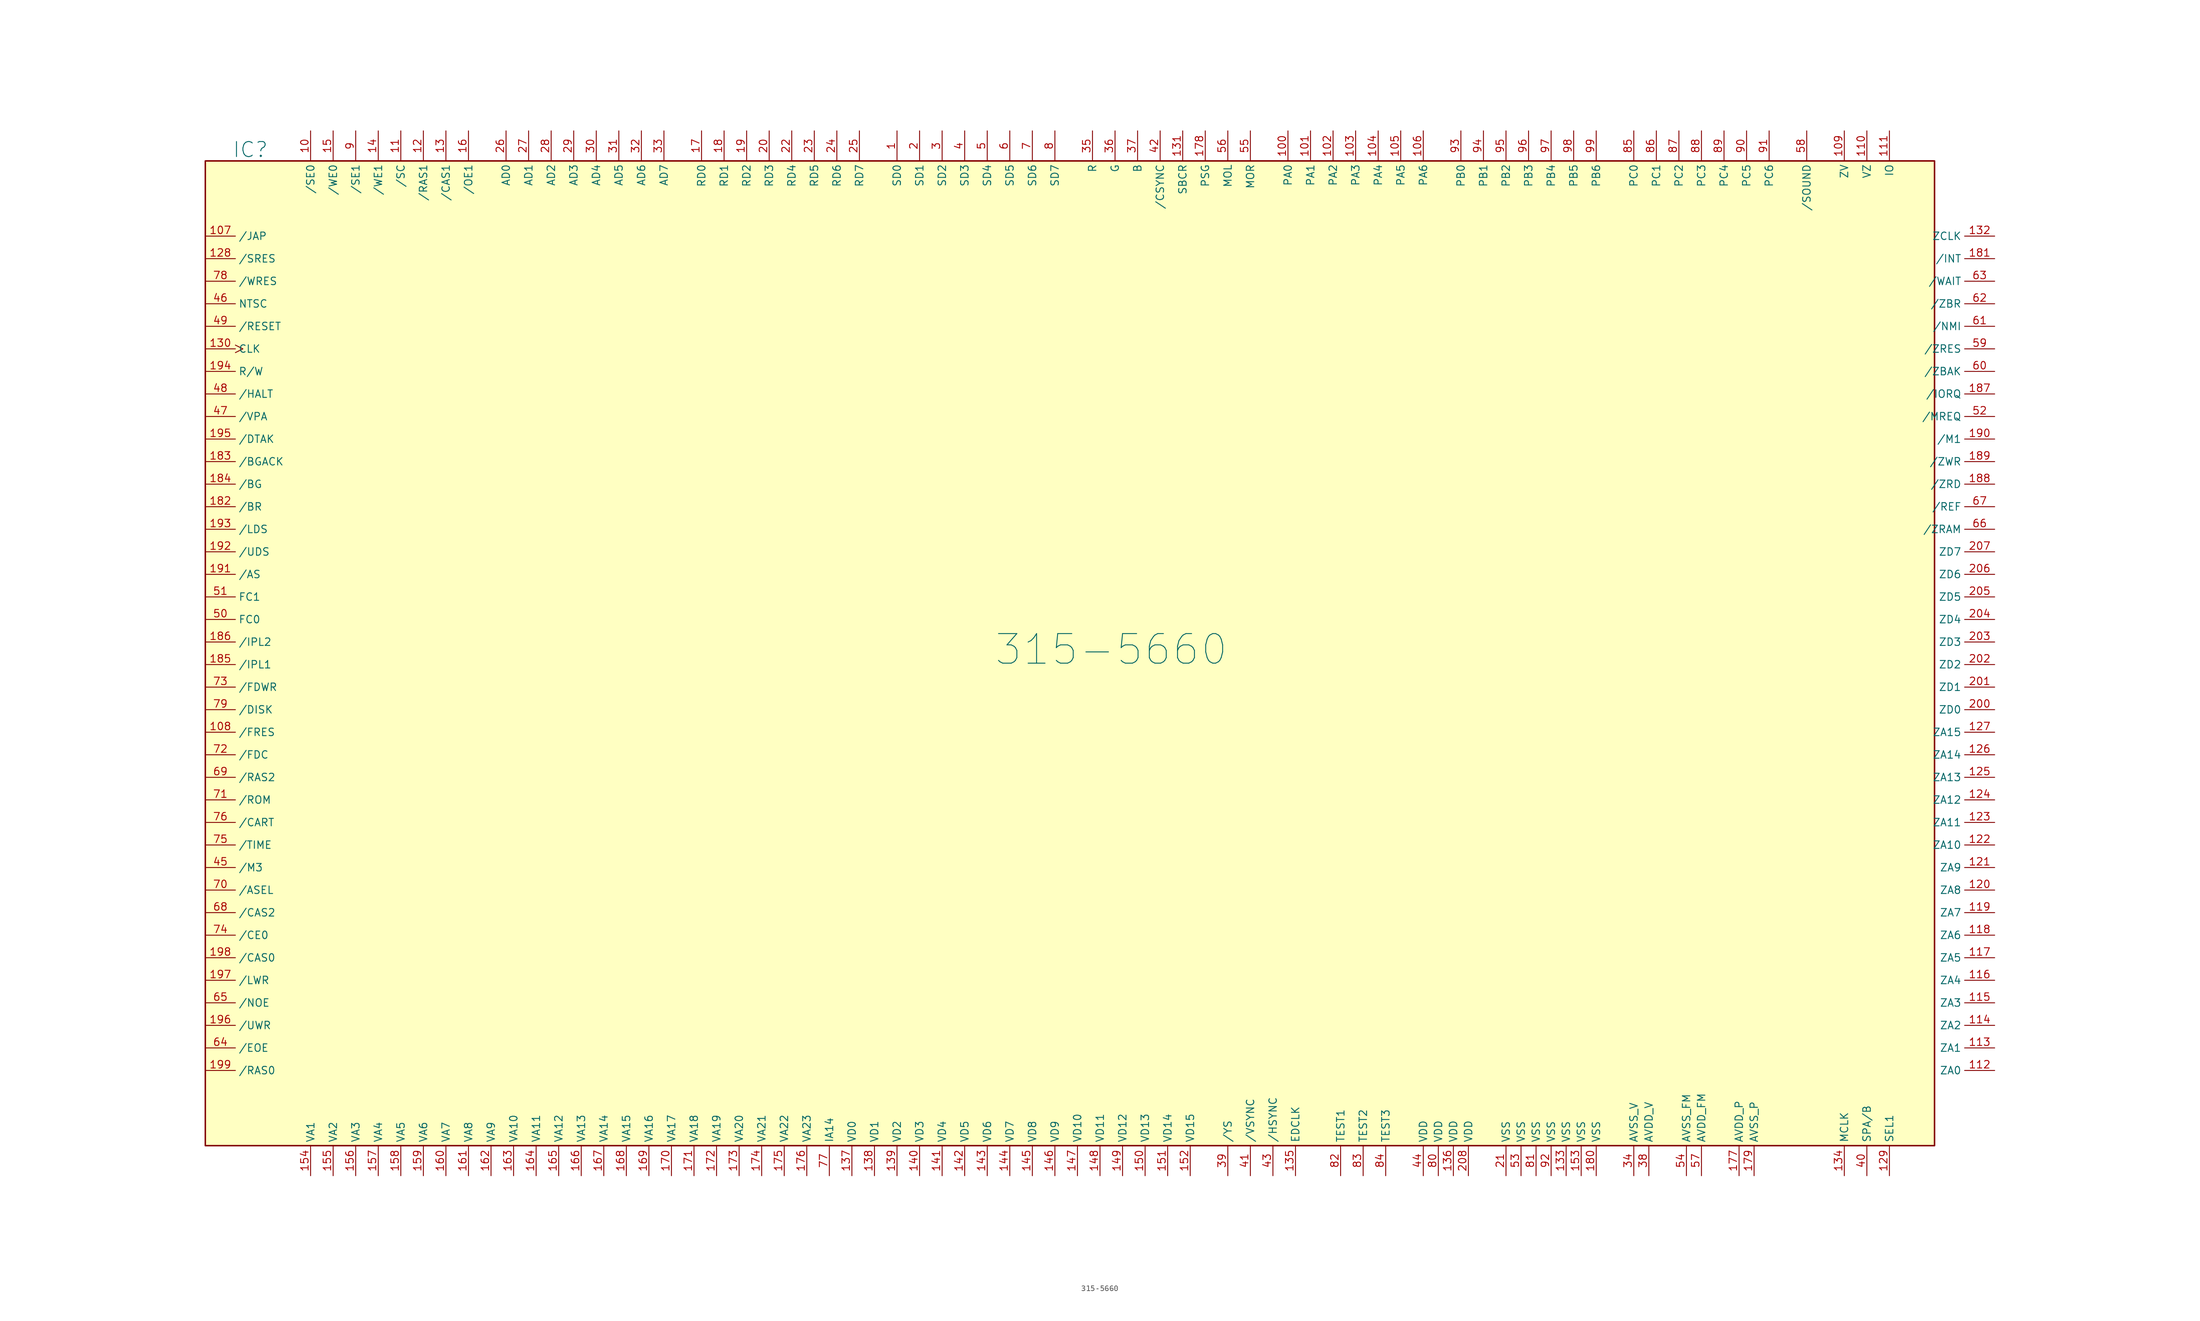
<source format=kicad_sym>
(kicad_symbol_lib
  (version 20241209)
  (generator "kicad_symbol_editor")
  (generator_version "9.0")
  (symbol "315-5660"
    (property "Reference" "IC"
      (at -143.51 84.455 0)
      (effects (font (size 2.54 2.54))))
    (property "Value" "315-5660"
      (at 1.905 0 0)
      (effects (font (size 5 5))))
    (symbol "315-5660_0_1"
      (rectangle (start -151.13 82.55) (end 140.97 -83.82) (stroke (width 0.254) (type default)) (fill (type background))))
    (symbol "315-5660_1_1"
      (pin bidirectional line (at -151.13 69.85 0) (length 5.08) (name "/JAP" (effects (font (size 1.27 1.27)))) (number "107" (effects (font (size 1.27 1.27)))))
      (pin input line (at -151.13 66.04 0) (length 5.08) (name "/SRES" (effects (font (size 1.27 1.27)))) (number "128" (effects (font (size 1.27 1.27)))))
      (pin input line (at -151.13 62.23 0) (length 5.08) (name "/WRES" (effects (font (size 1.27 1.27)))) (number "78" (effects (font (size 1.27 1.27)))))
      (pin input line (at -151.13 58.42 0) (length 5.08) (name "NTSC" (effects (font (size 1.27 1.27)))) (number "46" (effects (font (size 1.27 1.27)))))
      (pin open_collector line (at -151.13 54.61 0) (length 5.08) (name "/RESET" (effects (font (size 1.27 1.27)))) (number "49" (effects (font (size 1.27 1.27)))))
      (pin bidirectional clock (at -151.13 50.8 0) (length 5.08) (name "CLK" (effects (font (size 1.27 1.27)))) (number "130" (effects (font (size 1.27 1.27)))))
      (pin bidirectional line (at -151.13 46.99 0) (length 5.08) (name "R/W" (effects (font (size 1.27 1.27)))) (number "194" (effects (font (size 1.27 1.27)))))
      (pin output line (at -151.13 43.18 0) (length 5.08) (name "/HALT" (effects (font (size 1.27 1.27)))) (number "48" (effects (font (size 1.27 1.27)))))
      (pin output line (at -151.13 39.37 0) (length 5.08) (name "/VPA" (effects (font (size 1.27 1.27)))) (number "47" (effects (font (size 1.27 1.27)))))
      (pin bidirectional line (at -151.13 35.56 0) (length 5.08) (name "/DTAK" (effects (font (size 1.27 1.27)))) (number "195" (effects (font (size 1.27 1.27)))))
      (pin bidirectional line (at -151.13 31.75 0) (length 5.08) (name "/BGACK" (effects (font (size 1.27 1.27)))) (number "183" (effects (font (size 1.27 1.27)))))
      (pin input line (at -151.13 27.94 0) (length 5.08) (name "/BG" (effects (font (size 1.27 1.27)))) (number "184" (effects (font (size 1.27 1.27)))))
      (pin output line (at -151.13 24.13 0) (length 5.08) (name "/BR" (effects (font (size 1.27 1.27)))) (number "182" (effects (font (size 1.27 1.27)))))
      (pin bidirectional line (at -151.13 20.32 0) (length 5.08) (name "/LDS" (effects (font (size 1.27 1.27)))) (number "193" (effects (font (size 1.27 1.27)))))
      (pin bidirectional line (at -151.13 16.51 0) (length 5.08) (name "/UDS" (effects (font (size 1.27 1.27)))) (number "192" (effects (font (size 1.27 1.27)))))
      (pin bidirectional line (at -151.13 12.7 0) (length 5.08) (name "/AS" (effects (font (size 1.27 1.27)))) (number "191" (effects (font (size 1.27 1.27)))))
      (pin input line (at -151.13 8.89 0) (length 5.08) (name "FC1" (effects (font (size 1.27 1.27)))) (number "51" (effects (font (size 1.27 1.27)))))
      (pin input line (at -151.13 5.08 0) (length 5.08) (name "FC0" (effects (font (size 1.27 1.27)))) (number "50" (effects (font (size 1.27 1.27)))))
      (pin input line (at -151.13 1.27 0) (length 5.08) (name "/IPL2" (effects (font (size 1.27 1.27)))) (number "186" (effects (font (size 1.27 1.27)))))
      (pin output line (at -151.13 -2.54 0) (length 5.08) (name "/IPL1" (effects (font (size 1.27 1.27)))) (number "185" (effects (font (size 1.27 1.27)))))
      (pin open_collector line (at -151.13 -6.35 0) (length 5.08) (name "/FDWR" (effects (font (size 1.27 1.27)))) (number "73" (effects (font (size 1.27 1.27)))))
      (pin bidirectional line (at -151.13 -10.16 0) (length 5.08) (name "/DISK" (effects (font (size 1.27 1.27)))) (number "79" (effects (font (size 1.27 1.27)))))
      (pin bidirectional line (at -151.13 -13.97 0) (length 5.08) (name "/FRES" (effects (font (size 1.27 1.27)))) (number "108" (effects (font (size 1.27 1.27)))))
      (pin open_collector line (at -151.13 -17.78 0) (length 5.08) (name "/FDC" (effects (font (size 1.27 1.27)))) (number "72" (effects (font (size 1.27 1.27)))))
      (pin output line (at -151.13 -21.59 0) (length 5.08) (name "/RAS2" (effects (font (size 1.27 1.27)))) (number "69" (effects (font (size 1.27 1.27)))))
      (pin open_collector line (at -151.13 -25.4 0) (length 5.08) (name "/ROM" (effects (font (size 1.27 1.27)))) (number "71" (effects (font (size 1.27 1.27)))))
      (pin input line (at -151.13 -29.21 0) (length 5.08) (name "/CART" (effects (font (size 1.27 1.27)))) (number "76" (effects (font (size 1.27 1.27)))))
      (pin open_collector line (at -151.13 -33.02 0) (length 5.08) (name "/TIME" (effects (font (size 1.27 1.27)))) (number "75" (effects (font (size 1.27 1.27)))))
      (pin input line (at -151.13 -36.83 0) (length 5.08) (name "/M3" (effects (font (size 1.27 1.27)))) (number "45" (effects (font (size 1.27 1.27)))))
      (pin output line (at -151.13 -40.64 0) (length 5.08) (name "/ASEL" (effects (font (size 1.27 1.27)))) (number "70" (effects (font (size 1.27 1.27)))))
      (pin output line (at -151.13 -44.45 0) (length 5.08) (name "/CAS2" (effects (font (size 1.27 1.27)))) (number "68" (effects (font (size 1.27 1.27)))))
      (pin output line (at -151.13 -48.26 0) (length 5.08) (name "/CE0" (effects (font (size 1.27 1.27)))) (number "74" (effects (font (size 1.27 1.27)))))
      (pin bidirectional line (at -151.13 -52.07 0) (length 5.08) (name "/CAS0" (effects (font (size 1.27 1.27)))) (number "198" (effects (font (size 1.27 1.27)))))
      (pin bidirectional line (at -151.13 -55.88 0) (length 5.08) (name "/LWR" (effects (font (size 1.27 1.27)))) (number "197" (effects (font (size 1.27 1.27)))))
      (pin output line (at -151.13 -59.69 0) (length 5.08) (name "/NOE" (effects (font (size 1.27 1.27)))) (number "65" (effects (font (size 1.27 1.27)))))
      (pin output line (at -151.13 -63.5 0) (length 5.08) (name "/UWR" (effects (font (size 1.27 1.27)))) (number "196" (effects (font (size 1.27 1.27)))))
      (pin output line (at -151.13 -67.31 0) (length 5.08) (name "/EOE" (effects (font (size 1.27 1.27)))) (number "64" (effects (font (size 1.27 1.27)))))
      (pin output line (at -151.13 -71.12 0) (length 5.08) (name "/RAS0" (effects (font (size 1.27 1.27)))) (number "199" (effects (font (size 1.27 1.27)))))
      (pin output line (at -133.35 87.63 270) (length 5.08) (name "/SE0" (effects (font (size 1.27 1.27)))) (number "10" (effects (font (size 1.27 1.27)))))
      (pin bidirectional line (at -133.35 -88.9 90) (length 5.08) (name "VA1" (effects (font (size 1.27 1.27)))) (number "154" (effects (font (size 1.27 1.27)))))
      (pin output line (at -129.54 87.63 270) (length 5.08) (name "/WE0" (effects (font (size 1.27 1.27)))) (number "15" (effects (font (size 1.27 1.27)))))
      (pin bidirectional line (at -129.54 -88.9 90) (length 5.08) (name "VA2" (effects (font (size 1.27 1.27)))) (number "155" (effects (font (size 1.27 1.27)))))
      (pin output line (at -125.73 87.63 270) (length 5.08) (name "/SE1" (effects (font (size 1.27 1.27)))) (number "9" (effects (font (size 1.27 1.27)))))
      (pin bidirectional line (at -125.73 -88.9 90) (length 5.08) (name "VA3" (effects (font (size 1.27 1.27)))) (number "156" (effects (font (size 1.27 1.27)))))
      (pin output line (at -121.92 87.63 270) (length 5.08) (name "/WE1" (effects (font (size 1.27 1.27)))) (number "14" (effects (font (size 1.27 1.27)))))
      (pin bidirectional line (at -121.92 -88.9 90) (length 5.08) (name "VA4" (effects (font (size 1.27 1.27)))) (number "157" (effects (font (size 1.27 1.27)))))
      (pin output line (at -118.11 87.63 270) (length 5.08) (name "/SC" (effects (font (size 1.27 1.27)))) (number "11" (effects (font (size 1.27 1.27)))))
      (pin bidirectional line (at -118.11 -88.9 90) (length 5.08) (name "VA5" (effects (font (size 1.27 1.27)))) (number "158" (effects (font (size 1.27 1.27)))))
      (pin output line (at -114.3 87.63 270) (length 5.08) (name "/RAS1" (effects (font (size 1.27 1.27)))) (number "12" (effects (font (size 1.27 1.27)))))
      (pin bidirectional line (at -114.3 -88.9 90) (length 5.08) (name "VA6" (effects (font (size 1.27 1.27)))) (number "159" (effects (font (size 1.27 1.27)))))
      (pin output line (at -110.49 87.63 270) (length 5.08) (name "/CAS1" (effects (font (size 1.27 1.27)))) (number "13" (effects (font (size 1.27 1.27)))))
      (pin bidirectional line (at -110.49 -88.9 90) (length 5.08) (name "VA7" (effects (font (size 1.27 1.27)))) (number "160" (effects (font (size 1.27 1.27)))))
      (pin output line (at -106.68 87.63 270) (length 5.08) (name "/OE1" (effects (font (size 1.27 1.27)))) (number "16" (effects (font (size 1.27 1.27)))))
      (pin bidirectional line (at -106.68 -88.9 90) (length 5.08) (name "VA8" (effects (font (size 1.27 1.27)))) (number "161" (effects (font (size 1.27 1.27)))))
      (pin bidirectional line (at -102.87 -88.9 90) (length 5.08) (name "VA9" (effects (font (size 1.27 1.27)))) (number "162" (effects (font (size 1.27 1.27)))))
      (pin bidirectional line (at -100.33 87.63 270) (length 5.08) (name "AD0" (effects (font (size 1.27 1.27)))) (number "26" (effects (font (size 1.27 1.27)))))
      (pin bidirectional line (at -99.06 -88.9 90) (length 5.08) (name "VA10" (effects (font (size 1.27 1.27)))) (number "163" (effects (font (size 1.27 1.27)))))
      (pin bidirectional line (at -96.52 87.63 270) (length 5.08) (name "AD1" (effects (font (size 1.27 1.27)))) (number "27" (effects (font (size 1.27 1.27)))))
      (pin bidirectional line (at -95.25 -88.9 90) (length 5.08) (name "VA11" (effects (font (size 1.27 1.27)))) (number "164" (effects (font (size 1.27 1.27)))))
      (pin bidirectional line (at -92.71 87.63 270) (length 5.08) (name "AD2" (effects (font (size 1.27 1.27)))) (number "28" (effects (font (size 1.27 1.27)))))
      (pin bidirectional line (at -91.44 -88.9 90) (length 5.08) (name "VA12" (effects (font (size 1.27 1.27)))) (number "165" (effects (font (size 1.27 1.27)))))
      (pin bidirectional line (at -88.9 87.63 270) (length 5.08) (name "AD3" (effects (font (size 1.27 1.27)))) (number "29" (effects (font (size 1.27 1.27)))))
      (pin bidirectional line (at -87.63 -88.9 90) (length 5.08) (name "VA13" (effects (font (size 1.27 1.27)))) (number "166" (effects (font (size 1.27 1.27)))))
      (pin bidirectional line (at -85.09 87.63 270) (length 5.08) (name "AD4" (effects (font (size 1.27 1.27)))) (number "30" (effects (font (size 1.27 1.27)))))
      (pin bidirectional line (at -83.82 -88.9 90) (length 5.08) (name "VA14" (effects (font (size 1.27 1.27)))) (number "167" (effects (font (size 1.27 1.27)))))
      (pin bidirectional line (at -81.28 87.63 270) (length 5.08) (name "AD5" (effects (font (size 1.27 1.27)))) (number "31" (effects (font (size 1.27 1.27)))))
      (pin bidirectional line (at -80.01 -88.9 90) (length 5.08) (name "VA15" (effects (font (size 1.27 1.27)))) (number "168" (effects (font (size 1.27 1.27)))))
      (pin bidirectional line (at -77.47 87.63 270) (length 5.08) (name "AD6" (effects (font (size 1.27 1.27)))) (number "32" (effects (font (size 1.27 1.27)))))
      (pin bidirectional line (at -76.2 -88.9 90) (length 5.08) (name "VA16" (effects (font (size 1.27 1.27)))) (number "169" (effects (font (size 1.27 1.27)))))
      (pin bidirectional line (at -73.66 87.63 270) (length 5.08) (name "AD7" (effects (font (size 1.27 1.27)))) (number "33" (effects (font (size 1.27 1.27)))))
      (pin bidirectional line (at -72.39 -88.9 90) (length 5.08) (name "VA17" (effects (font (size 1.27 1.27)))) (number "170" (effects (font (size 1.27 1.27)))))
      (pin bidirectional line (at -68.58 -88.9 90) (length 5.08) (name "VA18" (effects (font (size 1.27 1.27)))) (number "171" (effects (font (size 1.27 1.27)))))
      (pin bidirectional line (at -67.31 87.63 270) (length 5.08) (name "RD0" (effects (font (size 1.27 1.27)))) (number "17" (effects (font (size 1.27 1.27)))))
      (pin bidirectional line (at -64.77 -88.9 90) (length 5.08) (name "VA19" (effects (font (size 1.27 1.27)))) (number "172" (effects (font (size 1.27 1.27)))))
      (pin bidirectional line (at -63.5 87.63 270) (length 5.08) (name "RD1" (effects (font (size 1.27 1.27)))) (number "18" (effects (font (size 1.27 1.27)))))
      (pin bidirectional line (at -60.96 -88.9 90) (length 5.08) (name "VA20" (effects (font (size 1.27 1.27)))) (number "173" (effects (font (size 1.27 1.27)))))
      (pin bidirectional line (at -59.69 87.63 270) (length 5.08) (name "RD2" (effects (font (size 1.27 1.27)))) (number "19" (effects (font (size 1.27 1.27)))))
      (pin bidirectional line (at -57.15 -88.9 90) (length 5.08) (name "VA21" (effects (font (size 1.27 1.27)))) (number "174" (effects (font (size 1.27 1.27)))))
      (pin bidirectional line (at -55.88 87.63 270) (length 5.08) (name "RD3" (effects (font (size 1.27 1.27)))) (number "20" (effects (font (size 1.27 1.27)))))
      (pin bidirectional line (at -53.34 -88.9 90) (length 5.08) (name "VA22" (effects (font (size 1.27 1.27)))) (number "175" (effects (font (size 1.27 1.27)))))
      (pin bidirectional line (at -52.07 87.63 270) (length 5.08) (name "RD4" (effects (font (size 1.27 1.27)))) (number "22" (effects (font (size 1.27 1.27)))))
      (pin bidirectional line (at -49.53 -88.9 90) (length 5.08) (name "VA23" (effects (font (size 1.27 1.27)))) (number "176" (effects (font (size 1.27 1.27)))))
      (pin bidirectional line (at -48.26 87.63 270) (length 5.08) (name "RD5" (effects (font (size 1.27 1.27)))) (number "23" (effects (font (size 1.27 1.27)))))
      (pin output line (at -45.72 -88.9 90) (length 5.08) (name "IA14" (effects (font (size 1.27 1.27)))) (number "77" (effects (font (size 1.27 1.27)))))
      (pin bidirectional line (at -44.45 87.63 270) (length 5.08) (name "RD6" (effects (font (size 1.27 1.27)))) (number "24" (effects (font (size 1.27 1.27)))))
      (pin bidirectional line (at -41.91 -88.9 90) (length 5.08) (name "VD0" (effects (font (size 1.27 1.27)))) (number "137" (effects (font (size 1.27 1.27)))))
      (pin bidirectional line (at -40.64 87.63 270) (length 5.08) (name "RD7" (effects (font (size 1.27 1.27)))) (number "25" (effects (font (size 1.27 1.27)))))
      (pin bidirectional line (at -38.1 -88.9 90) (length 5.08) (name "VD1" (effects (font (size 1.27 1.27)))) (number "138" (effects (font (size 1.27 1.27)))))
      (pin input line (at -34.29 87.63 270) (length 5.08) (name "SD0" (effects (font (size 1.27 1.27)))) (number "1" (effects (font (size 1.27 1.27)))))
      (pin bidirectional line (at -34.29 -88.9 90) (length 5.08) (name "VD2" (effects (font (size 1.27 1.27)))) (number "139" (effects (font (size 1.27 1.27)))))
      (pin input line (at -30.48 87.63 270) (length 5.08) (name "SD1" (effects (font (size 1.27 1.27)))) (number "2" (effects (font (size 1.27 1.27)))))
      (pin bidirectional line (at -30.48 -88.9 90) (length 5.08) (name "VD3" (effects (font (size 1.27 1.27)))) (number "140" (effects (font (size 1.27 1.27)))))
      (pin input line (at -26.67 87.63 270) (length 5.08) (name "SD2" (effects (font (size 1.27 1.27)))) (number "3" (effects (font (size 1.27 1.27)))))
      (pin bidirectional line (at -26.67 -88.9 90) (length 5.08) (name "VD4" (effects (font (size 1.27 1.27)))) (number "141" (effects (font (size 1.27 1.27)))))
      (pin input line (at -22.86 87.63 270) (length 5.08) (name "SD3" (effects (font (size 1.27 1.27)))) (number "4" (effects (font (size 1.27 1.27)))))
      (pin bidirectional line (at -22.86 -88.9 90) (length 5.08) (name "VD5" (effects (font (size 1.27 1.27)))) (number "142" (effects (font (size 1.27 1.27)))))
      (pin input line (at -19.05 87.63 270) (length 5.08) (name "SD4" (effects (font (size 1.27 1.27)))) (number "5" (effects (font (size 1.27 1.27)))))
      (pin bidirectional line (at -19.05 -88.9 90) (length 5.08) (name "VD6" (effects (font (size 1.27 1.27)))) (number "143" (effects (font (size 1.27 1.27)))))
      (pin input line (at -15.24 87.63 270) (length 5.08) (name "SD5" (effects (font (size 1.27 1.27)))) (number "6" (effects (font (size 1.27 1.27)))))
      (pin bidirectional line (at -15.24 -88.9 90) (length 5.08) (name "VD7" (effects (font (size 1.27 1.27)))) (number "144" (effects (font (size 1.27 1.27)))))
      (pin input line (at -11.43 87.63 270) (length 5.08) (name "SD6" (effects (font (size 1.27 1.27)))) (number "7" (effects (font (size 1.27 1.27)))))
      (pin bidirectional line (at -11.43 -88.9 90) (length 5.08) (name "VD8" (effects (font (size 1.27 1.27)))) (number "145" (effects (font (size 1.27 1.27)))))
      (pin input line (at -7.62 87.63 270) (length 5.08) (name "SD7" (effects (font (size 1.27 1.27)))) (number "8" (effects (font (size 1.27 1.27)))))
      (pin bidirectional line (at -7.62 -88.9 90) (length 5.08) (name "VD9" (effects (font (size 1.27 1.27)))) (number "146" (effects (font (size 1.27 1.27)))))
      (pin bidirectional line (at -3.81 -88.9 90) (length 5.08) (name "VD10" (effects (font (size 1.27 1.27)))) (number "147" (effects (font (size 1.27 1.27)))))
      (pin output line (at -1.27 87.63 270) (length 5.08) (name "R" (effects (font (size 1.27 1.27)))) (number "35" (effects (font (size 1.27 1.27)))))
      (pin bidirectional line (at 0 -88.9 90) (length 5.08) (name "VD11" (effects (font (size 1.27 1.27)))) (number "148" (effects (font (size 1.27 1.27)))))
      (pin output line (at 2.54 87.63 270) (length 5.08) (name "G" (effects (font (size 1.27 1.27)))) (number "36" (effects (font (size 1.27 1.27)))))
      (pin bidirectional line (at 3.81 -88.9 90) (length 5.08) (name "VD12" (effects (font (size 1.27 1.27)))) (number "149" (effects (font (size 1.27 1.27)))))
      (pin output line (at 6.35 87.63 270) (length 5.08) (name "B" (effects (font (size 1.27 1.27)))) (number "37" (effects (font (size 1.27 1.27)))))
      (pin bidirectional line (at 7.62 -88.9 90) (length 5.08) (name "VD13" (effects (font (size 1.27 1.27)))) (number "150" (effects (font (size 1.27 1.27)))))
      (pin bidirectional line (at 10.16 87.63 270) (length 5.08) (name "/CSYNC" (effects (font (size 1.27 1.27)))) (number "42" (effects (font (size 1.27 1.27)))))
      (pin bidirectional line (at 11.43 -88.9 90) (length 5.08) (name "VD14" (effects (font (size 1.27 1.27)))) (number "151" (effects (font (size 1.27 1.27)))))
      (pin output line (at 13.97 87.63 270) (length 5.08) (name "SBCR" (effects (font (size 1.27 1.27)))) (number "131" (effects (font (size 1.27 1.27)))))
      (pin bidirectional line (at 15.24 -88.9 90) (length 5.08) (name "VD15" (effects (font (size 1.27 1.27)))) (number "152" (effects (font (size 1.27 1.27)))))
      (pin output line (at 17.78 87.63 270) (length 5.08) (name "PSG" (effects (font (size 1.27 1.27)))) (number "178" (effects (font (size 1.27 1.27)))))
      (pin output line (at 21.59 87.63 270) (length 5.08) (name "MOL" (effects (font (size 1.27 1.27)))) (number "56" (effects (font (size 1.27 1.27)))))
      (pin output line (at 21.59 -88.9 90) (length 5.08) (name "/YS" (effects (font (size 1.27 1.27)))) (number "39" (effects (font (size 1.27 1.27)))))
      (pin output line (at 25.4 87.63 270) (length 5.08) (name "MOR" (effects (font (size 1.27 1.27)))) (number "55" (effects (font (size 1.27 1.27)))))
      (pin output line (at 25.4 -88.9 90) (length 5.08) (name "/VSYNC" (effects (font (size 1.27 1.27)))) (number "41" (effects (font (size 1.27 1.27)))))
      (pin bidirectional line (at 29.21 -88.9 90) (length 5.08) (name "/HSYNC" (effects (font (size 1.27 1.27)))) (number "43" (effects (font (size 1.27 1.27)))))
      (pin bidirectional line (at 31.75 87.63 270) (length 5.08) (name "PA0" (effects (font (size 1.27 1.27)))) (number "100" (effects (font (size 1.27 1.27)))))
      (pin bidirectional line (at 33.02 -88.9 90) (length 5.08) (name "EDCLK" (effects (font (size 1.27 1.27)))) (number "135" (effects (font (size 1.27 1.27)))))
      (pin bidirectional line (at 35.56 87.63 270) (length 5.08) (name "PA1" (effects (font (size 1.27 1.27)))) (number "101" (effects (font (size 1.27 1.27)))))
      (pin bidirectional line (at 39.37 87.63 270) (length 5.08) (name "PA2" (effects (font (size 1.27 1.27)))) (number "102" (effects (font (size 1.27 1.27)))))
      (pin input line (at 40.64 -88.9 90) (length 5.08) (name "TEST1" (effects (font (size 1.27 1.27)))) (number "82" (effects (font (size 1.27 1.27)))))
      (pin bidirectional line (at 43.18 87.63 270) (length 5.08) (name "PA3" (effects (font (size 1.27 1.27)))) (number "103" (effects (font (size 1.27 1.27)))))
      (pin input line (at 44.45 -88.9 90) (length 5.08) (name "TEST2" (effects (font (size 1.27 1.27)))) (number "83" (effects (font (size 1.27 1.27)))))
      (pin bidirectional line (at 46.99 87.63 270) (length 5.08) (name "PA4" (effects (font (size 1.27 1.27)))) (number "104" (effects (font (size 1.27 1.27)))))
      (pin input line (at 48.26 -88.9 90) (length 5.08) (name "TEST3" (effects (font (size 1.27 1.27)))) (number "84" (effects (font (size 1.27 1.27)))))
      (pin bidirectional line (at 50.8 87.63 270) (length 5.08) (name "PA5" (effects (font (size 1.27 1.27)))) (number "105" (effects (font (size 1.27 1.27)))))
      (pin bidirectional line (at 54.61 87.63 270) (length 5.08) (name "PA6" (effects (font (size 1.27 1.27)))) (number "106" (effects (font (size 1.27 1.27)))))
      (pin power_in line (at 54.61 -88.9 90) (length 5.08) (name "VDD" (effects (font (size 1.27 1.27)))) (number "44" (effects (font (size 1.27 1.27)))))
      (pin power_in line (at 57.15 -88.9 90) (length 5.08) (name "VDD" (effects (font (size 1.27 1.27)))) (number "80" (effects (font (size 1.27 1.27)))))
      (pin power_in line (at 59.69 -88.9 90) (length 5.08) (name "VDD" (effects (font (size 1.27 1.27)))) (number "136" (effects (font (size 1.27 1.27)))))
      (pin bidirectional line (at 60.96 87.63 270) (length 5.08) (name "PB0" (effects (font (size 1.27 1.27)))) (number "93" (effects (font (size 1.27 1.27)))))
      (pin power_in line (at 62.23 -88.9 90) (length 5.08) (name "VDD" (effects (font (size 1.27 1.27)))) (number "208" (effects (font (size 1.27 1.27)))))
      (pin bidirectional line (at 64.77 87.63 270) (length 5.08) (name "PB1" (effects (font (size 1.27 1.27)))) (number "94" (effects (font (size 1.27 1.27)))))
      (pin bidirectional line (at 68.58 87.63 270) (length 5.08) (name "PB2" (effects (font (size 1.27 1.27)))) (number "95" (effects (font (size 1.27 1.27)))))
      (pin power_in line (at 68.58 -88.9 90) (length 5.08) (name "VSS" (effects (font (size 1.27 1.27)))) (number "21" (effects (font (size 1.27 1.27)))))
      (pin power_in line (at 71.12 -88.9 90) (length 5.08) (name "VSS" (effects (font (size 1.27 1.27)))) (number "53" (effects (font (size 1.27 1.27)))))
      (pin bidirectional line (at 72.39 87.63 270) (length 5.08) (name "PB3" (effects (font (size 1.27 1.27)))) (number "96" (effects (font (size 1.27 1.27)))))
      (pin power_in line (at 73.66 -88.9 90) (length 5.08) (name "VSS" (effects (font (size 1.27 1.27)))) (number "81" (effects (font (size 1.27 1.27)))))
      (pin bidirectional line (at 76.2 87.63 270) (length 5.08) (name "PB4" (effects (font (size 1.27 1.27)))) (number "97" (effects (font (size 1.27 1.27)))))
      (pin power_in line (at 76.2 -88.9 90) (length 5.08) (name "VSS" (effects (font (size 1.27 1.27)))) (number "92" (effects (font (size 1.27 1.27)))))
      (pin power_in line (at 78.74 -88.9 90) (length 5.08) (name "VSS" (effects (font (size 1.27 1.27)))) (number "133" (effects (font (size 1.27 1.27)))))
      (pin bidirectional line (at 80.01 87.63 270) (length 5.08) (name "PB5" (effects (font (size 1.27 1.27)))) (number "98" (effects (font (size 1.27 1.27)))))
      (pin power_in line (at 81.28 -88.9 90) (length 5.08) (name "VSS" (effects (font (size 1.27 1.27)))) (number "153" (effects (font (size 1.27 1.27)))))
      (pin bidirectional line (at 83.82 87.63 270) (length 5.08) (name "PB6" (effects (font (size 1.27 1.27)))) (number "99" (effects (font (size 1.27 1.27)))))
      (pin power_in line (at 83.82 -88.9 90) (length 5.08) (name "VSS" (effects (font (size 1.27 1.27)))) (number "180" (effects (font (size 1.27 1.27)))))
      (pin bidirectional line (at 90.17 87.63 270) (length 5.08) (name "PC0" (effects (font (size 1.27 1.27)))) (number "85" (effects (font (size 1.27 1.27)))))
      (pin power_in line (at 90.17 -88.9 90) (length 5.08) (name "AVSS_V" (effects (font (size 1.27 1.27)))) (number "34" (effects (font (size 1.27 1.27)))))
      (pin power_in line (at 92.71 -88.9 90) (length 5.08) (name "AVDD_V" (effects (font (size 1.27 1.27)))) (number "38" (effects (font (size 1.27 1.27)))))
      (pin bidirectional line (at 93.98 87.63 270) (length 5.08) (name "PC1" (effects (font (size 1.27 1.27)))) (number "86" (effects (font (size 1.27 1.27)))))
      (pin bidirectional line (at 97.79 87.63 270) (length 5.08) (name "PC2" (effects (font (size 1.27 1.27)))) (number "87" (effects (font (size 1.27 1.27)))))
      (pin power_in line (at 99.06 -88.9 90) (length 5.08) (name "AVSS_FM" (effects (font (size 1.27 1.27)))) (number "54" (effects (font (size 1.27 1.27)))))
      (pin bidirectional line (at 101.6 87.63 270) (length 5.08) (name "PC3" (effects (font (size 1.27 1.27)))) (number "88" (effects (font (size 1.27 1.27)))))
      (pin power_in line (at 101.6 -88.9 90) (length 5.08) (name "AVDD_FM" (effects (font (size 1.27 1.27)))) (number "57" (effects (font (size 1.27 1.27)))))
      (pin bidirectional line (at 105.41 87.63 270) (length 5.08) (name "PC4" (effects (font (size 1.27 1.27)))) (number "89" (effects (font (size 1.27 1.27)))))
      (pin power_in line (at 107.95 -88.9 90) (length 5.08) (name "AVDD_P" (effects (font (size 1.27 1.27)))) (number "177" (effects (font (size 1.27 1.27)))))
      (pin bidirectional line (at 109.22 87.63 270) (length 5.08) (name "PC5" (effects (font (size 1.27 1.27)))) (number "90" (effects (font (size 1.27 1.27)))))
      (pin power_in line (at 110.49 -88.9 90) (length 5.08) (name "AVSS_P" (effects (font (size 1.27 1.27)))) (number "179" (effects (font (size 1.27 1.27)))))
      (pin bidirectional line (at 113.03 87.63 270) (length 5.08) (name "PC6" (effects (font (size 1.27 1.27)))) (number "91" (effects (font (size 1.27 1.27)))))
      (pin bidirectional line (at 119.38 87.63 270) (length 5.08) (name "/SOUND" (effects (font (size 1.27 1.27)))) (number "58" (effects (font (size 1.27 1.27)))))
      (pin bidirectional line (at 125.73 87.63 270) (length 5.08) (name "ZV" (effects (font (size 1.27 1.27)))) (number "109" (effects (font (size 1.27 1.27)))))
      (pin input line (at 125.73 -88.9 90) (length 5.08) (name "MCLK" (effects (font (size 1.27 1.27)))) (number "134" (effects (font (size 1.27 1.27)))))
      (pin bidirectional line (at 129.54 87.63 270) (length 5.08) (name "VZ" (effects (font (size 1.27 1.27)))) (number "110" (effects (font (size 1.27 1.27)))))
      (pin bidirectional line (at 129.54 -88.9 90) (length 5.08) (name "SPA/B" (effects (font (size 1.27 1.27)))) (number "40" (effects (font (size 1.27 1.27)))))
      (pin bidirectional line (at 133.35 87.63 270) (length 5.08) (name "IO" (effects (font (size 1.27 1.27)))) (number "111" (effects (font (size 1.27 1.27)))))
      (pin output line (at 133.35 -88.9 90) (length 5.08) (name "SEL1" (effects (font (size 1.27 1.27)))) (number "129" (effects (font (size 1.27 1.27)))))
      (pin bidirectional line (at 151.13 69.85 180) (length 5.08) (name "ZCLK" (effects (font (size 1.27 1.27)))) (number "132" (effects (font (size 1.27 1.27)))))
      (pin output line (at 151.13 66.04 180) (length 5.08) (name "/INT" (effects (font (size 1.27 1.27)))) (number "181" (effects (font (size 1.27 1.27)))))
      (pin bidirectional line (at 151.13 62.23 180) (length 5.08) (name "/WAIT" (effects (font (size 1.27 1.27)))) (number "63" (effects (font (size 1.27 1.27)))))
      (pin bidirectional line (at 151.13 58.42 180) (length 5.08) (name "/ZBR" (effects (font (size 1.27 1.27)))) (number "62" (effects (font (size 1.27 1.27)))))
      (pin bidirectional line (at 151.13 54.61 180) (length 5.08) (name "/NMI" (effects (font (size 1.27 1.27)))) (number "61" (effects (font (size 1.27 1.27)))))
      (pin bidirectional line (at 151.13 50.8 180) (length 5.08) (name "/ZRES" (effects (font (size 1.27 1.27)))) (number "59" (effects (font (size 1.27 1.27)))))
      (pin input line (at 151.13 46.99 180) (length 5.08) (name "/ZBAK" (effects (font (size 1.27 1.27)))) (number "60" (effects (font (size 1.27 1.27)))))
      (pin output line (at 151.13 43.18 180) (length 5.08) (name "/IORQ" (effects (font (size 1.27 1.27)))) (number "187" (effects (font (size 1.27 1.27)))))
      (pin bidirectional line (at 151.13 39.37 180) (length 5.08) (name "/MREQ" (effects (font (size 1.27 1.27)))) (number "52" (effects (font (size 1.27 1.27)))))
      (pin input line (at 151.13 35.56 180) (length 5.08) (name "/M1" (effects (font (size 1.27 1.27)))) (number "190" (effects (font (size 1.27 1.27)))))
      (pin bidirectional line (at 151.13 31.75 180) (length 5.08) (name "/ZWR" (effects (font (size 1.27 1.27)))) (number "189" (effects (font (size 1.27 1.27)))))
      (pin input line (at 151.13 27.94 180) (length 5.08) (name "/ZRD" (effects (font (size 1.27 1.27)))) (number "188" (effects (font (size 1.27 1.27)))))
      (pin output line (at 151.13 24.13 180) (length 5.08) (name "/REF" (effects (font (size 1.27 1.27)))) (number "67" (effects (font (size 1.27 1.27)))))
      (pin output line (at 151.13 20.32 180) (length 5.08) (name "/ZRAM" (effects (font (size 1.27 1.27)))) (number "66" (effects (font (size 1.27 1.27)))))
      (pin bidirectional line (at 151.13 16.51 180) (length 5.08) (name "ZD7" (effects (font (size 1.27 1.27)))) (number "207" (effects (font (size 1.27 1.27)))))
      (pin bidirectional line (at 151.13 12.7 180) (length 5.08) (name "ZD6" (effects (font (size 1.27 1.27)))) (number "206" (effects (font (size 1.27 1.27)))))
      (pin bidirectional line (at 151.13 8.89 180) (length 5.08) (name "ZD5" (effects (font (size 1.27 1.27)))) (number "205" (effects (font (size 1.27 1.27)))))
      (pin bidirectional line (at 151.13 5.08 180) (length 5.08) (name "ZD4" (effects (font (size 1.27 1.27)))) (number "204" (effects (font (size 1.27 1.27)))))
      (pin bidirectional line (at 151.13 1.27 180) (length 5.08) (name "ZD3" (effects (font (size 1.27 1.27)))) (number "203" (effects (font (size 1.27 1.27)))))
      (pin bidirectional line (at 151.13 -2.54 180) (length 5.08) (name "ZD2" (effects (font (size 1.27 1.27)))) (number "202" (effects (font (size 1.27 1.27)))))
      (pin bidirectional line (at 151.13 -6.35 180) (length 5.08) (name "ZD1" (effects (font (size 1.27 1.27)))) (number "201" (effects (font (size 1.27 1.27)))))
      (pin bidirectional line (at 151.13 -10.16 180) (length 5.08) (name "ZD0" (effects (font (size 1.27 1.27)))) (number "200" (effects (font (size 1.27 1.27)))))
      (pin bidirectional line (at 151.13 -13.97 180) (length 5.08) (name "ZA15" (effects (font (size 1.27 1.27)))) (number "127" (effects (font (size 1.27 1.27)))))
      (pin bidirectional line (at 151.13 -17.78 180) (length 5.08) (name "ZA14" (effects (font (size 1.27 1.27)))) (number "126" (effects (font (size 1.27 1.27)))))
      (pin bidirectional line (at 151.13 -21.59 180) (length 5.08) (name "ZA13" (effects (font (size 1.27 1.27)))) (number "125" (effects (font (size 1.27 1.27)))))
      (pin bidirectional line (at 151.13 -25.4 180) (length 5.08) (name "ZA12" (effects (font (size 1.27 1.27)))) (number "124" (effects (font (size 1.27 1.27)))))
      (pin bidirectional line (at 151.13 -29.21 180) (length 5.08) (name "ZA11" (effects (font (size 1.27 1.27)))) (number "123" (effects (font (size 1.27 1.27)))))
      (pin bidirectional line (at 151.13 -33.02 180) (length 5.08) (name "ZA10" (effects (font (size 1.27 1.27)))) (number "122" (effects (font (size 1.27 1.27)))))
      (pin bidirectional line (at 151.13 -36.83 180) (length 5.08) (name "ZA9" (effects (font (size 1.27 1.27)))) (number "121" (effects (font (size 1.27 1.27)))))
      (pin bidirectional line (at 151.13 -40.64 180) (length 5.08) (name "ZA8" (effects (font (size 1.27 1.27)))) (number "120" (effects (font (size 1.27 1.27)))))
      (pin bidirectional line (at 151.13 -44.45 180) (length 5.08) (name "ZA7" (effects (font (size 1.27 1.27)))) (number "119" (effects (font (size 1.27 1.27)))))
      (pin bidirectional line (at 151.13 -48.26 180) (length 5.08) (name "ZA6" (effects (font (size 1.27 1.27)))) (number "118" (effects (font (size 1.27 1.27)))))
      (pin bidirectional line (at 151.13 -52.07 180) (length 5.08) (name "ZA5" (effects (font (size 1.27 1.27)))) (number "117" (effects (font (size 1.27 1.27)))))
      (pin bidirectional line (at 151.13 -55.88 180) (length 5.08) (name "ZA4" (effects (font (size 1.27 1.27)))) (number "116" (effects (font (size 1.27 1.27)))))
      (pin bidirectional line (at 151.13 -59.69 180) (length 5.08) (name "ZA3" (effects (font (size 1.27 1.27)))) (number "115" (effects (font (size 1.27 1.27)))))
      (pin bidirectional line (at 151.13 -63.5 180) (length 5.08) (name "ZA2" (effects (font (size 1.27 1.27)))) (number "114" (effects (font (size 1.27 1.27)))))
      (pin bidirectional line (at 151.13 -67.31 180) (length 5.08) (name "ZA1" (effects (font (size 1.27 1.27)))) (number "113" (effects (font (size 1.27 1.27)))))
      (pin bidirectional line (at 151.13 -71.12 180) (length 5.08) (name "ZA0" (effects (font (size 1.27 1.27)))) (number "112" (effects (font (size 1.27 1.27))))))))
</source>
